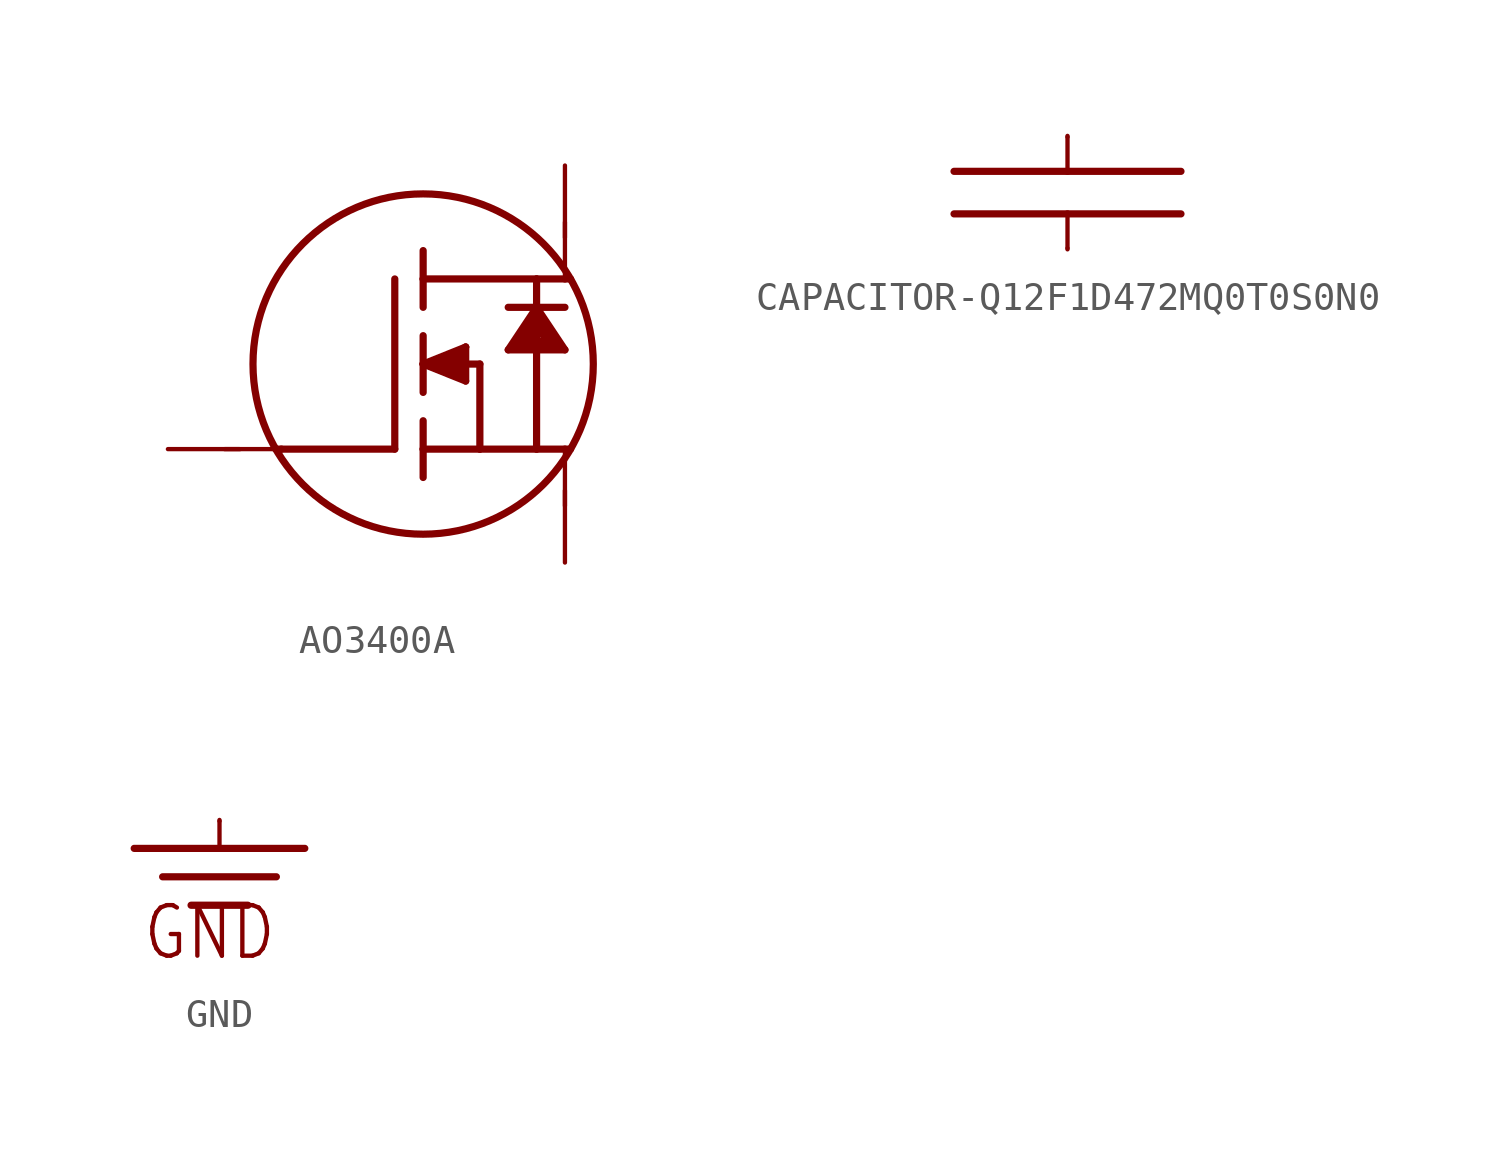
<source format=kicad_sym>
(kicad_symbol_lib
  (version 20231120)
  (generator "kicad_symbol_editor")
  (generator_version "8.0")
  (symbol "AO3400A"
    (property "Reference" "VD"
      (at -5 7 0)
      (effects (font (size 1.778 1.511)) (justify left bottom) (hide yes)))
    (property "ki_locked" ""
      (at 0 0 0)
      (effects (font (size 1.27 1.27))))
    (symbol "AO3400A_1_0"
      (polyline (pts (xy -5 -3) (xy -7 -3)) (stroke (width 0.152) (type solid)) (fill (type none)))
      (polyline (pts (xy -5 -3) (xy -5.2 -3)) (stroke (width 0.254) (type solid)) (fill (type none)))
      (polyline (pts (xy -1 -3) (xy -5 -3)) (stroke (width 0.254) (type solid)) (fill (type none)))
      (polyline (pts (xy -1 3) (xy -1 -3)) (stroke (width 0.254) (type solid)) (fill (type none)))
      (polyline (pts (xy 0 -3) (xy 0 -4)) (stroke (width 0.254) (type solid)) (fill (type none)))
      (polyline (pts (xy 0 -3) (xy 2 -3)) (stroke (width 0.254) (type solid)) (fill (type none)))
      (polyline (pts (xy 0 -2) (xy 0 -3)) (stroke (width 0.254) (type solid)) (fill (type none)))
      (polyline (pts (xy 0 0) (xy 0 -1)) (stroke (width 0.254) (type solid)) (fill (type none)))
      (polyline (pts (xy 0 0) (xy 1.5 -0.6)) (stroke (width 0.254) (type solid)) (fill (type none)))
      (polyline (pts (xy 0 0) (xy 1.5 0.6)) (stroke (width 0.254) (type solid)) (fill (type none)))
      (polyline (pts (xy 0 0) (xy 2 0)) (stroke (width 0.254) (type solid)) (fill (type none)))
      (polyline (pts (xy 0 1) (xy 0 0)) (stroke (width 0.254) (type solid)) (fill (type none)))
      (polyline (pts (xy 0 3) (xy 0 2)) (stroke (width 0.254) (type solid)) (fill (type none)))
      (polyline (pts (xy 0 3) (xy 4 3)) (stroke (width 0.254) (type solid)) (fill (type none)))
      (polyline (pts (xy 0 4) (xy 0 3)) (stroke (width 0.254) (type solid)) (fill (type none)))
      (polyline (pts (xy 0.7 -0.1) (xy 1.3 -0.2)) (stroke (width 0.254) (type solid)) (fill (type none)))
      (polyline (pts (xy 0.7 0.1) (xy 1.4 0.3)) (stroke (width 0.254) (type solid)) (fill (type none)))
      (polyline (pts (xy 1.3 0.1) (xy 1.4 -0.4)) (stroke (width 0.254) (type solid)) (fill (type none)))
      (polyline (pts (xy 1.4 -0.4) (xy 0.7 -0.1)) (stroke (width 0.254) (type solid)) (fill (type none)))
      (polyline (pts (xy 1.4 0.3) (xy 1.3 0.1)) (stroke (width 0.254) (type solid)) (fill (type none)))
      (polyline (pts (xy 1.5 -0.6) (xy 1.5 0.6)) (stroke (width 0.254) (type solid)) (fill (type none)))
      (polyline (pts (xy 1.5 0.6) (xy 0.7 0.1)) (stroke (width 0.254) (type solid)) (fill (type none)))
      (polyline (pts (xy 2 -3) (xy 4 -3)) (stroke (width 0.254) (type solid)) (fill (type none)))
      (polyline (pts (xy 2 0) (xy 2 -3)) (stroke (width 0.254) (type solid)) (fill (type none)))
      (polyline (pts (xy 3 0.5) (xy 5 0.5)) (stroke (width 0.254) (type solid)) (fill (type none)))
      (polyline (pts (xy 3.3 0.7) (xy 4.7 0.6)) (stroke (width 0.254) (type solid)) (fill (type none)))
      (polyline (pts (xy 3.5 0.8) (xy 4.4 0.8)) (stroke (width 0.254) (type solid)) (fill (type none)))
      (polyline (pts (xy 3.8 1.4) (xy 3.5 0.8)) (stroke (width 0.254) (type solid)) (fill (type none)))
      (polyline (pts (xy 4 -3) (xy 5 -3)) (stroke (width 0.254) (type solid)) (fill (type none)))
      (polyline (pts (xy 4 1.3) (xy 3.7 0.9)) (stroke (width 0.254) (type solid)) (fill (type none)))
      (polyline (pts (xy 4 1.3) (xy 4 -3)) (stroke (width 0.254) (type solid)) (fill (type none)))
      (polyline (pts (xy 4 2) (xy 3 0.5)) (stroke (width 0.254) (type solid)) (fill (type none)))
      (polyline (pts (xy 4 2) (xy 3 2)) (stroke (width 0.254) (type solid)) (fill (type none)))
      (polyline (pts (xy 4 2) (xy 3.3 0.7)) (stroke (width 0.254) (type solid)) (fill (type none)))
      (polyline (pts (xy 4 2) (xy 4 1.3)) (stroke (width 0.254) (type solid)) (fill (type none)))
      (polyline (pts (xy 4 2) (xy 5 2)) (stroke (width 0.254) (type solid)) (fill (type none)))
      (polyline (pts (xy 4 3) (xy 4 2)) (stroke (width 0.254) (type solid)) (fill (type none)))
      (polyline (pts (xy 4 3) (xy 5 3)) (stroke (width 0.254) (type solid)) (fill (type none)))
      (polyline (pts (xy 4.1 1.5) (xy 3.8 1.4)) (stroke (width 0.254) (type solid)) (fill (type none)))
      (polyline (pts (xy 4.4 0.8) (xy 4 1.3)) (stroke (width 0.254) (type solid)) (fill (type none)))
      (polyline (pts (xy 4.7 0.6) (xy 4.1 1.5)) (stroke (width 0.254) (type solid)) (fill (type none)))
      (polyline (pts (xy 5 -5) (xy 5 -3)) (stroke (width 0.152) (type solid)) (fill (type none)))
      (polyline (pts (xy 5 -3) (xy 5.2 -3)) (stroke (width 0.254) (type solid)) (fill (type none)))
      (polyline (pts (xy 5 0.5) (xy 4 2)) (stroke (width 0.254) (type solid)) (fill (type none)))
      (polyline (pts (xy 5 3) (xy 5.2 3)) (stroke (width 0.254) (type solid)) (fill (type none)))
      (polyline (pts (xy 5 5) (xy 5 3)) (stroke (width 0.152) (type solid)) (fill (type none)))
      (circle (center 0 0) (radius 6) (stroke (width 0.254) (type solid)) (fill (type none)))
      (pin bidirectional line (at -9 -3 0) (length 2.54) (name "G" (effects (font (size 0 0)))) (number "1" (effects (font (size 0 0)))))
      (pin bidirectional line (at 5 -7 90) (length 2.54) (name "S" (effects (font (size 0 0)))) (number "2" (effects (font (size 0 0)))))
      (pin bidirectional line (at 5 7 270) (length 2.54) (name "D" (effects (font (size 0 0)))) (number "3" (effects (font (size 0 0)))))))
  (symbol "CAPACITOR-Q12F1D472MQ0T0S0N0"
    (property "Reference" "C"
      (at 1 2 0)
      (effects (font (size 1.778 1.511)) (justify left bottom) (hide yes)))
    (property "ki_locked" ""
      (at 0 0 0)
      (effects (font (size 1.27 1.27))))
    (symbol "CAPACITOR-Q12F1D472MQ0T0S0N0_1_0"
      (polyline (pts (xy -4 -0.75) (xy 0 -0.75)) (stroke (width 0.254) (type solid)) (fill (type none)))
      (polyline (pts (xy -4 0.75) (xy 0 0.75)) (stroke (width 0.254) (type solid)) (fill (type none)))
      (polyline (pts (xy 0 -2) (xy 0 -0.75)) (stroke (width 0.152) (type solid)) (fill (type none)))
      (polyline (pts (xy 0 -0.75) (xy 4 -0.75)) (stroke (width 0.254) (type solid)) (fill (type none)))
      (polyline (pts (xy 0 0.75) (xy 4 0.75)) (stroke (width 0.254) (type solid)) (fill (type none)))
      (polyline (pts (xy 0 2) (xy 0 0.75)) (stroke (width 0.152) (type solid)) (fill (type none)))
      (pin bidirectional line (at 0 1.96 270) (length 0) (name "1" (effects (font (size 0 0)))) (number "1" (effects (font (size 0 0)))))
      (pin bidirectional line (at 0 -1.96 90) (length 0) (name "2" (effects (font (size 0 0)))) (number "2" (effects (font (size 0 0)))))))
  (symbol "GND"
    (power)
    (property "Reference" "#GND"
      (at 0 0 0)
      (effects (font (size 1.27 1.27)) (hide yes)))
    (property "ki_locked" ""
      (at 0 0 0)
      (effects (font (size 1.27 1.27))))
    (symbol "GND_1_0"
      (polyline (pts (xy -3 0) (xy 0 0)) (stroke (width 0.254) (type solid)) (fill (type none)))
      (polyline (pts (xy -2 -1) (xy 2 -1)) (stroke (width 0.254) (type solid)) (fill (type none)))
      (polyline (pts (xy -1 -2) (xy 1 -2)) (stroke (width 0.254) (type solid)) (fill (type none)))
      (polyline (pts (xy 0 0) (xy 3 0)) (stroke (width 0.254) (type solid)) (fill (type none)))
      (polyline (pts (xy 0 1) (xy 0 0)) (stroke (width 0.152) (type solid)) (fill (type none)))
      (text "GND" (at -2.75 -4 0) (effects (font (size 1.778 1.511)) (justify left bottom)))
      (pin power_in line (at 0 0.96 270) (length 0) (name "GND" (effects (font (size 0 0)))) (number "1" (effects (font (size 0 0))))))))
</source>
